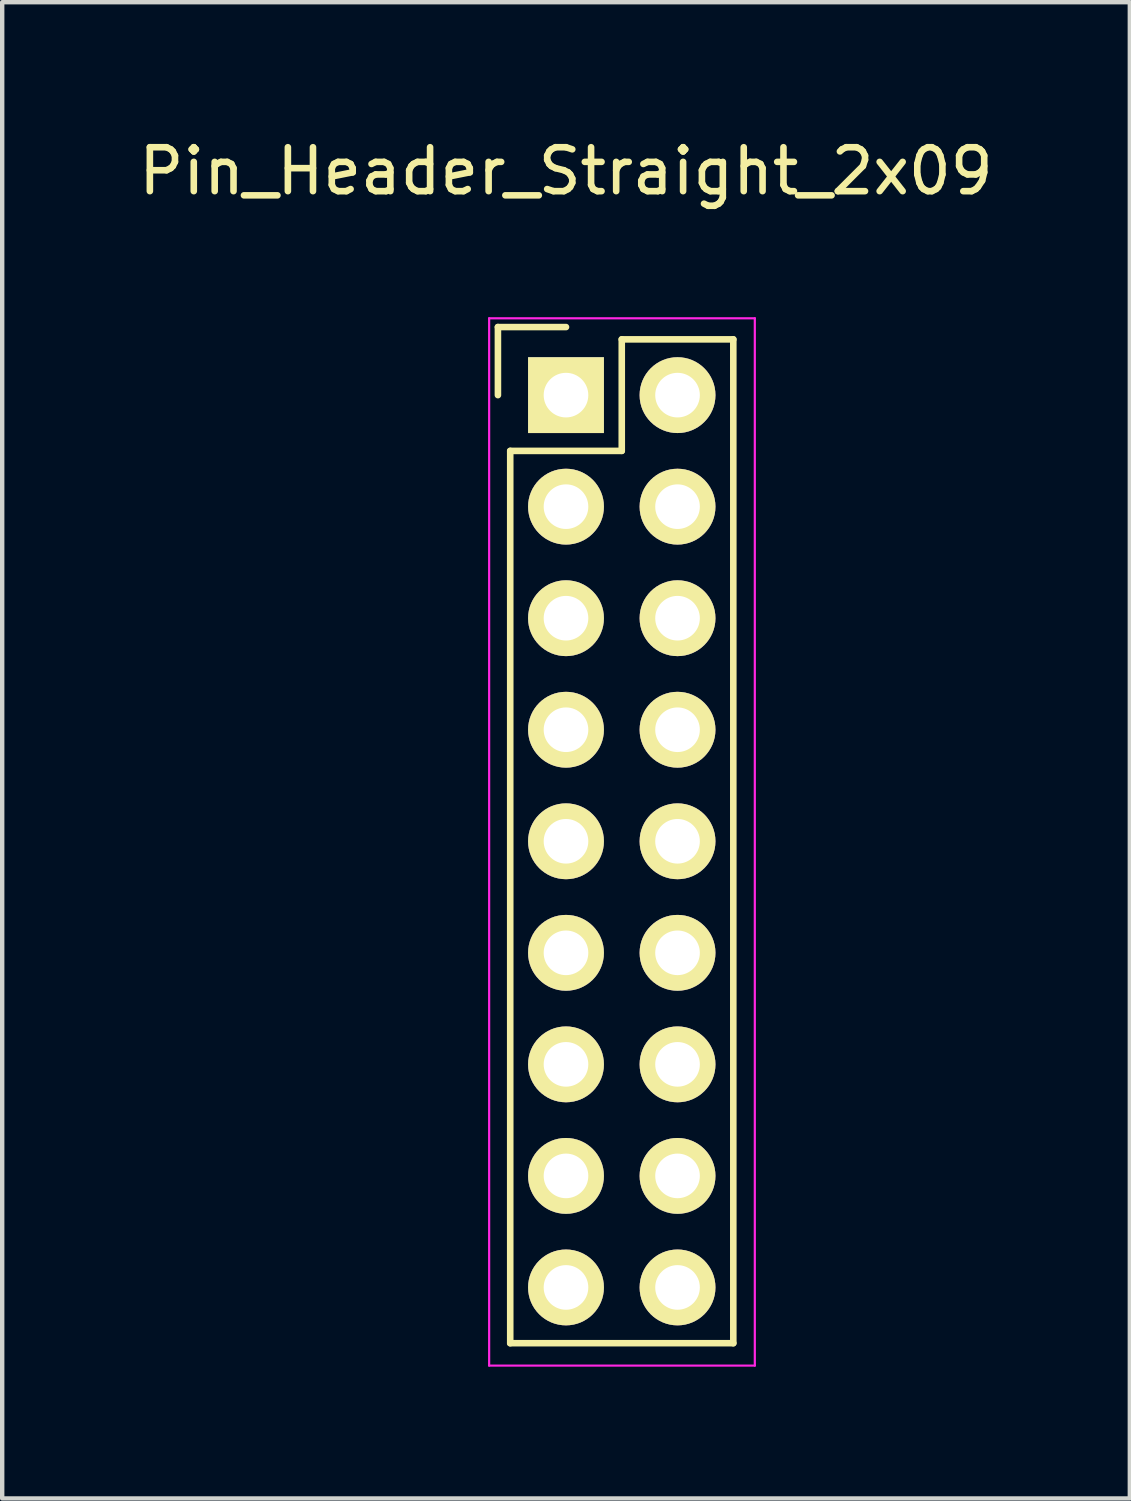
<source format=kicad_pcb>
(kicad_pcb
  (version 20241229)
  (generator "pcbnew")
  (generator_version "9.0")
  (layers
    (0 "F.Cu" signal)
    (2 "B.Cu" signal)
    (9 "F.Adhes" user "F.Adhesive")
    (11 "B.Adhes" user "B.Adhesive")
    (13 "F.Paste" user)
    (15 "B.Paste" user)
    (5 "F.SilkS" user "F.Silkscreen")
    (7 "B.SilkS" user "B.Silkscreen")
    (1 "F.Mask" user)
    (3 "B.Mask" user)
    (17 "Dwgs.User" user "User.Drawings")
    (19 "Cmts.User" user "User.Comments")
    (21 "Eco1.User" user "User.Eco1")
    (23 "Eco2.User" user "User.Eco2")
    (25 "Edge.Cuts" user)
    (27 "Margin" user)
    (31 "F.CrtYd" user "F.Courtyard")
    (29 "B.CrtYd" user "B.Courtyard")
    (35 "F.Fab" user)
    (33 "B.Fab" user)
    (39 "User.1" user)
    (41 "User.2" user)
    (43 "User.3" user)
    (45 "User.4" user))
  (footprint "Pin_Header_Straight_2x09"
    (layer "F.Cu")
    (at 9.839 5.948)
    (property "Reference" "Pin_Header_Straight_2x09" (at 0 -5.1 0) (layer "F.SilkS") (effects (font (size 1 1) (thickness 0.15))))
    (attr through_hole)
    (fp_line (start -1.55 -1.55) (end -1.55 0) (stroke (width 0.15) (type solid)) (layer "F.SilkS"))
    (fp_line (start -1.27 1.27) (end -1.27 21.59) (stroke (width 0.15) (type solid)) (layer "F.SilkS"))
    (fp_line (start 0 -1.55) (end -1.55 -1.55) (stroke (width 0.15) (type solid)) (layer "F.SilkS"))
    (fp_line (start 1.27 -1.27) (end 1.27 1.27) (stroke (width 0.15) (type solid)) (layer "F.SilkS"))
    (fp_line (start 1.27 1.27) (end -1.27 1.27) (stroke (width 0.15) (type solid)) (layer "F.SilkS"))
    (fp_line (start 3.81 -1.27) (end 1.27 -1.27) (stroke (width 0.15) (type solid)) (layer "F.SilkS"))
    (fp_line (start 3.81 21.59) (end -1.27 21.59) (stroke (width 0.15) (type solid)) (layer "F.SilkS"))
    (fp_line (start 3.81 21.59) (end 3.81 -1.27) (stroke (width 0.15) (type solid)) (layer "F.SilkS"))
    (fp_line (start -1.75 -1.75) (end -1.75 22.1) (stroke (width 0.05) (type solid)) (layer "F.CrtYd"))
    (fp_line (start -1.75 -1.75) (end 4.3 -1.75) (stroke (width 0.05) (type solid)) (layer "F.CrtYd"))
    (fp_line (start -1.75 22.1) (end 4.3 22.1) (stroke (width 0.05) (type solid)) (layer "F.CrtYd"))
    (fp_line (start 4.3 -1.75) (end 4.3 22.1) (stroke (width 0.05) (type solid)) (layer "F.CrtYd"))
    (pad "1" thru_hole rect (at 0 0) (size 1.727 1.727) (drill 1.016) (layers "*.Cu" "*.Mask" "F.SilkS"))
    (pad "2" thru_hole oval (at 2.54 0) (size 1.727 1.727) (drill 1.016) (layers "*.Cu" "*.Mask" "F.SilkS"))
    (pad "3" thru_hole oval (at 0 2.54) (size 1.727 1.727) (drill 1.016) (layers "*.Cu" "*.Mask" "F.SilkS"))
    (pad "4" thru_hole oval (at 2.54 2.54) (size 1.727 1.727) (drill 1.016) (layers "*.Cu" "*.Mask" "F.SilkS"))
    (pad "5" thru_hole oval (at 0 5.08) (size 1.727 1.727) (drill 1.016) (layers "*.Cu" "*.Mask" "F.SilkS"))
    (pad "6" thru_hole oval (at 2.54 5.08) (size 1.727 1.727) (drill 1.016) (layers "*.Cu" "*.Mask" "F.SilkS"))
    (pad "7" thru_hole oval (at 0 7.62) (size 1.727 1.727) (drill 1.016) (layers "*.Cu" "*.Mask" "F.SilkS"))
    (pad "8" thru_hole oval (at 2.54 7.62) (size 1.727 1.727) (drill 1.016) (layers "*.Cu" "*.Mask" "F.SilkS"))
    (pad "9" thru_hole oval (at 0 10.16) (size 1.727 1.727) (drill 1.016) (layers "*.Cu" "*.Mask" "F.SilkS"))
    (pad "10" thru_hole oval (at 2.54 10.16) (size 1.727 1.727) (drill 1.016) (layers "*.Cu" "*.Mask" "F.SilkS"))
    (pad "11" thru_hole oval (at 0 12.7) (size 1.727 1.727) (drill 1.016) (layers "*.Cu" "*.Mask" "F.SilkS"))
    (pad "12" thru_hole oval (at 2.54 12.7) (size 1.727 1.727) (drill 1.016) (layers "*.Cu" "*.Mask" "F.SilkS"))
    (pad "13" thru_hole oval (at 0 15.24) (size 1.727 1.727) (drill 1.016) (layers "*.Cu" "*.Mask" "F.SilkS"))
    (pad "14" thru_hole oval (at 2.54 15.24) (size 1.727 1.727) (drill 1.016) (layers "*.Cu" "*.Mask" "F.SilkS"))
    (pad "15" thru_hole oval (at 0 17.78) (size 1.727 1.727) (drill 1.016) (layers "*.Cu" "*.Mask" "F.SilkS"))
    (pad "16" thru_hole oval (at 2.54 17.78) (size 1.727 1.727) (drill 1.016) (layers "*.Cu" "*.Mask" "F.SilkS"))
    (pad "17" thru_hole oval (at 0 20.32) (size 1.727 1.727) (drill 1.016) (layers "*.Cu" "*.Mask" "F.SilkS"))
    (pad "18" thru_hole oval (at 2.54 20.32) (size 1.727 1.727) (drill 1.016) (layers "*.Cu" "*.Mask" "F.SilkS")))
  (gr_rect
    (start -3 -3)
    (end 22.679 31.073)
    (stroke (width 0.1) (type default))
    (fill no)
    (layer "Edge.Cuts")))
</source>
